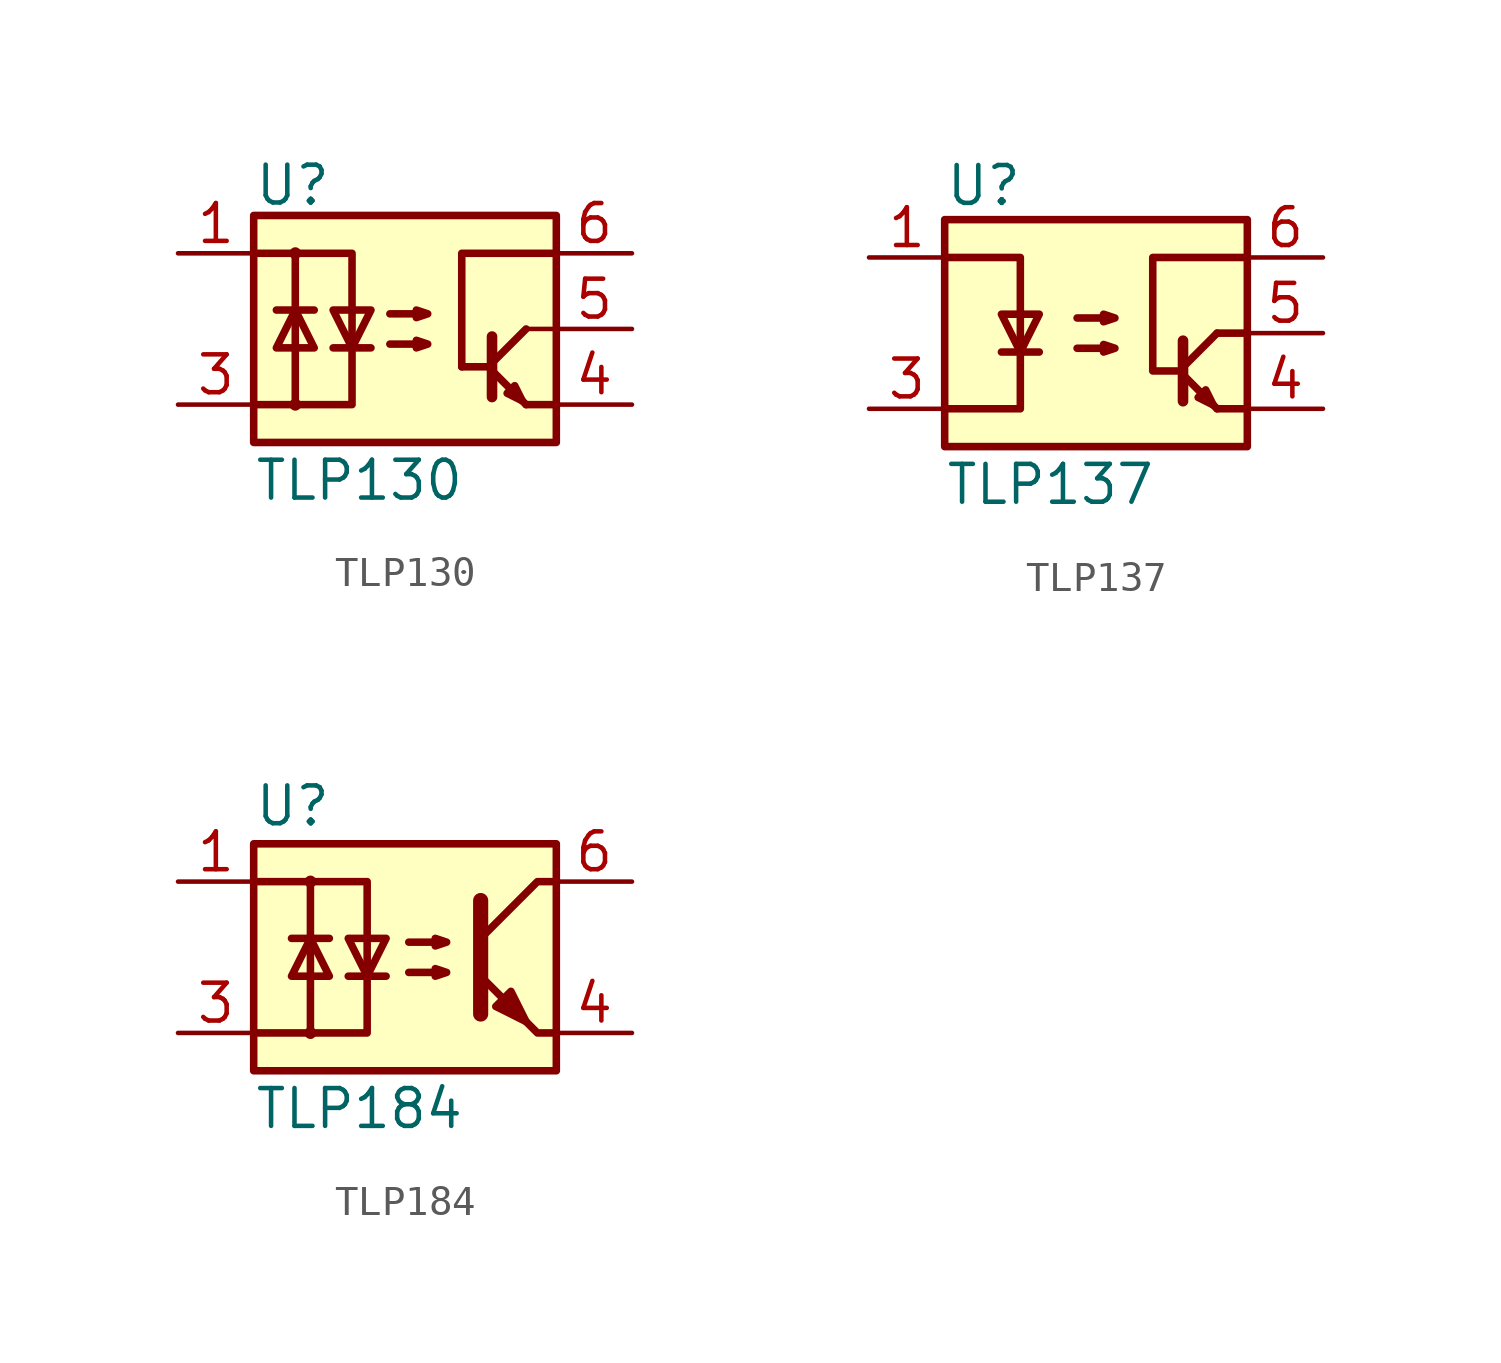
<source format=kicad_sym>
(kicad_symbol_lib
  (version 20220914)
  (generator kicad_symbol_editor)
  (symbol "TLP130"
    (pin_names
      (offset 1.016))
    (property "Reference" "U"
      (at -5.08 4.826 0)
      (effects (font (size 1.27 1.27)) (justify left)))
    (property "Value" "TLP130"
      (at -5.08 -5.08 0)
      (effects (font (size 1.27 1.27)) (justify left)))
    (symbol "TLP130_0_1"
      (rectangle (start -5.08 3.81) (end 5.08 -3.81) (stroke (width 0.254) (type default)) (fill (type background)))
      (circle (center -3.683 -2.54) (radius 0.127) (stroke (width 0) (type default)) (fill (type none)))
      (circle (center -3.683 2.54) (radius 0.127) (stroke (width 0) (type default)) (fill (type none)))
      (polyline (pts (xy -3.683 2.54) (xy -3.683 -2.54)) (stroke (width 0.254) (type default)) (fill (type none)))
      (polyline (pts (xy -3.048 0.635) (xy -4.318 0.635)) (stroke (width 0.254) (type default)) (fill (type none)))
      (polyline (pts (xy -2.413 -0.635) (xy -1.143 -0.635)) (stroke (width 0.254) (type default)) (fill (type none)))
      (polyline (pts (xy 2.921 -1.397) (xy 4.064 -2.54)) (stroke (width 0.254) (type default)) (fill (type none)))
      (polyline (pts (xy 2.921 -1.27) (xy 1.905 -1.27)) (stroke (width 0.254) (type default)) (fill (type none)))
      (polyline (pts (xy 2.921 -1.143) (xy 4.064 0)) (stroke (width 0.254) (type default)) (fill (type none)))
      (polyline (pts (xy 4.064 -2.54) (xy 5.08 -2.54)) (stroke (width 0.254) (type default)) (fill (type none)))
      (polyline (pts (xy 5.08 0) (xy 4.064 0)) (stroke (width 0) (type default)) (fill (type none)))
      (polyline (pts (xy 1.905 -1.27) (xy 1.905 2.54) (xy 5.08 2.54)) (stroke (width 0.254) (type default)) (fill (type none)))
      (polyline (pts (xy 2.921 -0.254) (xy 2.921 -2.286) (xy 2.921 -2.286)) (stroke (width 0.356) (type default)) (fill (type none)))
      (polyline (pts (xy -5.08 -2.54) (xy -1.778 -2.54) (xy -1.778 2.54) (xy -5.08 2.54)) (stroke (width 0.254) (type default)) (fill (type none)))
      (polyline (pts (xy -3.683 0.635) (xy -3.048 -0.635) (xy -4.318 -0.635) (xy -3.683 0.635)) (stroke (width 0.254) (type default)) (fill (type none)))
      (polyline (pts (xy -1.778 -0.635) (xy -2.413 0.635) (xy -1.143 0.635) (xy -1.778 -0.635)) (stroke (width 0.254) (type default)) (fill (type none)))
      (polyline (pts (xy 3.937 -2.413) (xy 3.683 -1.905) (xy 3.429 -2.159) (xy 3.937 -2.413)) (stroke (width 0.254) (type default)) (fill (type none)))
      (polyline (pts (xy -0.508 -0.508) (xy 0.762 -0.508) (xy 0.381 -0.635) (xy 0.381 -0.381) (xy 0.762 -0.508)) (stroke (width 0.254) (type default)) (fill (type none)))
      (polyline (pts (xy -0.508 0.508) (xy 0.762 0.508) (xy 0.381 0.381) (xy 0.381 0.635) (xy 0.762 0.508)) (stroke (width 0.254) (type default)) (fill (type none))))
    (symbol "TLP130_1_1"
      (pin passive line (at -7.62 2.54 0) (length 2.54) (name "~" (effects (font (size 1.27 1.27)))) (number "1" (effects (font (size 1.27 1.27)))))
      (pin passive line (at -7.62 -2.54 0) (length 2.54) (name "~" (effects (font (size 1.27 1.27)))) (number "3" (effects (font (size 1.27 1.27)))))
      (pin passive line (at 7.62 -2.54 180) (length 2.54) (name "~" (effects (font (size 1.27 1.27)))) (number "4" (effects (font (size 1.27 1.27)))))
      (pin open_collector line (at 7.62 0 180) (length 2.54) (name "~" (effects (font (size 1.27 1.27)))) (number "5" (effects (font (size 1.27 1.27)))))
      (pin passive line (at 7.62 2.54 180) (length 2.54) (name "~" (effects (font (size 1.27 1.27)))) (number "6" (effects (font (size 1.27 1.27)))))))
  (symbol "TLP137"
    (pin_names
      (offset 1.016))
    (property "Reference" "U"
      (at -5.08 4.953 0)
      (effects (font (size 1.27 1.27)) (justify left)))
    (property "Value" "TLP137"
      (at -5.08 -5.08 0)
      (effects (font (size 1.27 1.27)) (justify left)))
    (symbol "TLP137_0_1"
      (rectangle (start -5.08 3.81) (end 5.08 -3.81) (stroke (width 0.254) (type default)) (fill (type background)))
      (polyline (pts (xy -3.175 -0.635) (xy -1.905 -0.635)) (stroke (width 0.254) (type default)) (fill (type none)))
      (polyline (pts (xy 2.921 -1.397) (xy 4.064 -2.54)) (stroke (width 0.254) (type default)) (fill (type none)))
      (polyline (pts (xy 2.921 -1.143) (xy 4.064 0)) (stroke (width 0.254) (type default)) (fill (type none)))
      (polyline (pts (xy 4.064 -2.54) (xy 5.08 -2.54)) (stroke (width 0.254) (type default)) (fill (type none)))
      (polyline (pts (xy 5.08 0) (xy 4.064 0)) (stroke (width 0.254) (type default)) (fill (type none)))
      (polyline (pts (xy 2.921 -0.254) (xy 2.921 -2.286) (xy 2.921 -2.286)) (stroke (width 0.356) (type default)) (fill (type none)))
      (polyline (pts (xy -5.08 -2.54) (xy -2.54 -2.54) (xy -2.54 2.54) (xy -5.08 2.54)) (stroke (width 0.254) (type default)) (fill (type none)))
      (polyline (pts (xy -2.54 -0.635) (xy -3.175 0.635) (xy -1.905 0.635) (xy -2.54 -0.635)) (stroke (width 0.254) (type default)) (fill (type none)))
      (polyline (pts (xy 2.921 -1.27) (xy 1.905 -1.27) (xy 1.905 2.54) (xy 5.08 2.54)) (stroke (width 0.254) (type default)) (fill (type none)))
      (polyline (pts (xy 3.937 -2.413) (xy 3.683 -1.905) (xy 3.429 -2.159) (xy 3.937 -2.413)) (stroke (width 0.254) (type default)) (fill (type none)))
      (polyline (pts (xy -0.635 -0.508) (xy 0.635 -0.508) (xy 0.254 -0.635) (xy 0.254 -0.381) (xy 0.635 -0.508)) (stroke (width 0.254) (type default)) (fill (type none)))
      (polyline (pts (xy -0.635 0.508) (xy 0.635 0.508) (xy 0.254 0.381) (xy 0.254 0.635) (xy 0.635 0.508)) (stroke (width 0.254) (type default)) (fill (type none))))
    (symbol "TLP137_1_1"
      (pin passive line (at -7.62 2.54 0) (length 2.54) (name "~" (effects (font (size 1.27 1.27)))) (number "1" (effects (font (size 1.27 1.27)))))
      (pin passive line (at -7.62 -2.54 0) (length 2.54) (name "~" (effects (font (size 1.27 1.27)))) (number "3" (effects (font (size 1.27 1.27)))))
      (pin passive line (at 7.62 -2.54 180) (length 2.54) (name "~" (effects (font (size 1.27 1.27)))) (number "4" (effects (font (size 1.27 1.27)))))
      (pin open_collector line (at 7.62 0 180) (length 2.54) (name "~" (effects (font (size 1.27 1.27)))) (number "5" (effects (font (size 1.27 1.27)))))
      (pin passive line (at 7.62 2.54 180) (length 2.54) (name "~" (effects (font (size 1.27 1.27)))) (number "6" (effects (font (size 1.27 1.27)))))))
  (symbol "TLP184"
    (property "Reference" "U"
      (at -5.08 5.08 0)
      (effects (font (size 1.27 1.27)) (justify left)))
    (property "Value" "TLP184"
      (at -5.08 -5.08 0)
      (effects (font (size 1.27 1.27)) (justify left)))
    (symbol "TLP184_0_1"
      (rectangle (start -5.08 3.81) (end 5.08 -3.81) (stroke (width 0.254) (type default)) (fill (type background)))
      (circle (center -3.175 -2.54) (radius 0.127) (stroke (width 0) (type default)) (fill (type none)))
      (circle (center -3.175 2.54) (radius 0.127) (stroke (width 0) (type default)) (fill (type none)))
      (polyline (pts (xy -3.81 0.635) (xy -2.54 0.635)) (stroke (width 0.254) (type default)) (fill (type none)))
      (polyline (pts (xy -1.905 -0.635) (xy -0.635 -0.635)) (stroke (width 0.254) (type default)) (fill (type none)))
      (polyline (pts (xy 2.54 1.905) (xy 2.54 -1.905) (xy 2.54 -1.905)) (stroke (width 0.508) (type default)) (fill (type none)))
      (polyline (pts (xy 5.08 -2.54) (xy 4.445 -2.54) (xy 2.54 -0.635)) (stroke (width 0.254) (type default)) (fill (type none)))
      (polyline (pts (xy 5.08 2.54) (xy 4.445 2.54) (xy 2.54 0.635)) (stroke (width 0.254) (type default)) (fill (type none)))
      (polyline (pts (xy -5.08 2.54) (xy -3.175 2.54) (xy -3.175 -2.54) (xy -5.08 -2.54)) (stroke (width 0.254) (type default)) (fill (type none)))
      (polyline (pts (xy -3.175 -2.54) (xy -1.27 -2.54) (xy -1.27 2.54) (xy -3.175 2.54)) (stroke (width 0.254) (type default)) (fill (type none)))
      (polyline (pts (xy -3.175 0.635) (xy -3.81 -0.635) (xy -2.54 -0.635) (xy -3.175 0.635)) (stroke (width 0.254) (type default)) (fill (type none)))
      (polyline (pts (xy -1.27 -0.635) (xy -1.905 0.635) (xy -0.635 0.635) (xy -1.27 -0.635)) (stroke (width 0.254) (type default)) (fill (type none)))
      (polyline (pts (xy 0.127 -0.508) (xy 1.397 -0.508) (xy 1.016 -0.635) (xy 1.016 -0.381) (xy 1.397 -0.508)) (stroke (width 0.254) (type default)) (fill (type none)))
      (polyline (pts (xy 0.127 0.508) (xy 1.397 0.508) (xy 1.016 0.381) (xy 1.016 0.635) (xy 1.397 0.508)) (stroke (width 0.254) (type default)) (fill (type none)))
      (polyline (pts (xy 3.048 -1.651) (xy 3.556 -1.143) (xy 4.064 -2.159) (xy 3.048 -1.651) (xy 3.048 -1.651)) (stroke (width 0.254) (type default)) (fill (type outline))))
    (symbol "TLP184_1_1"
      (pin passive line (at -7.62 2.54 0) (length 2.54) (name "~" (effects (font (size 1.27 1.27)))) (number "1" (effects (font (size 1.27 1.27)))))
      (pin passive line (at -7.62 -2.54 0) (length 2.54) (name "~" (effects (font (size 1.27 1.27)))) (number "3" (effects (font (size 1.27 1.27)))))
      (pin passive line (at 7.62 -2.54 180) (length 2.54) (name "~" (effects (font (size 1.27 1.27)))) (number "4" (effects (font (size 1.27 1.27)))))
      (pin passive line (at 7.62 2.54 180) (length 2.54) (name "~" (effects (font (size 1.27 1.27)))) (number "6" (effects (font (size 1.27 1.27))))))))
</source>
